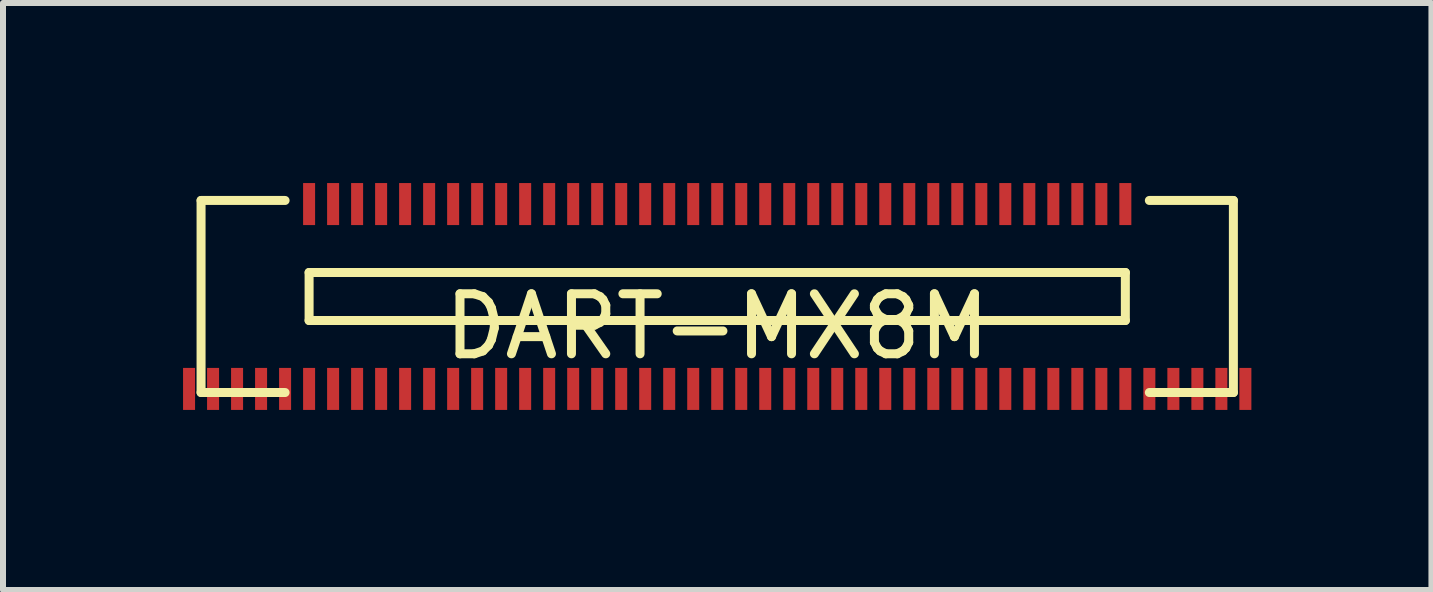
<source format=kicad_pcb>
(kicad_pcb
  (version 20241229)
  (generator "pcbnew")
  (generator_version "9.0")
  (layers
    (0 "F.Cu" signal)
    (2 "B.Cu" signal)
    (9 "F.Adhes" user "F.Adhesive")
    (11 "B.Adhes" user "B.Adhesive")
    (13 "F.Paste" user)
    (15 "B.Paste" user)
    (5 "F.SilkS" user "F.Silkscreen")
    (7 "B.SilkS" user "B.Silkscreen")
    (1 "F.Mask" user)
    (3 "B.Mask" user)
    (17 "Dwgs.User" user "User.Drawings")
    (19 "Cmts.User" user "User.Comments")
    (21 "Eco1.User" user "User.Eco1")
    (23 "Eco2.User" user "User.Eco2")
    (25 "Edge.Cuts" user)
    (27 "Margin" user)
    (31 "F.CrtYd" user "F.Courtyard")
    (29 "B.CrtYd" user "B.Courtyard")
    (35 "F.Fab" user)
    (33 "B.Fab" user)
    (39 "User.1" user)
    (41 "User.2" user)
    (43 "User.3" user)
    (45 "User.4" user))
  (footprint "DART-MX8M"
    (layer "F.Cu")
    (at 8.9 1.89)
    (property "Reference" "DART-MX8M" (at 0 0.5 0) (layer "F.SilkS") (effects (font (size 1 1) (thickness 0.15))))
    (attr through_hole)
    (fp_line (start -8.6 -1.6) (end -8.6 1.6) (stroke (width 0.15) (type solid)) (layer "F.SilkS"))
    (fp_line (start -8.6 1.6) (end -7.2 1.6) (stroke (width 0.15) (type solid)) (layer "F.SilkS"))
    (fp_line (start -7.2 -1.6) (end -8.6 -1.6) (stroke (width 0.15) (type solid)) (layer "F.SilkS"))
    (fp_line (start -6.8 -0.4) (end -6.8 0.4) (stroke (width 0.15) (type solid)) (layer "F.SilkS"))
    (fp_line (start -6.8 -0.4) (end 6.8 -0.4) (stroke (width 0.15) (type solid)) (layer "F.SilkS"))
    (fp_line (start 6.8 0.4) (end -6.8 0.4) (stroke (width 0.15) (type solid)) (layer "F.SilkS"))
    (fp_line (start 6.8 0.4) (end 6.8 -0.4) (stroke (width 0.15) (type solid)) (layer "F.SilkS"))
    (fp_line (start 7.2 -1.6) (end 8.6 -1.6) (stroke (width 0.15) (type solid)) (layer "F.SilkS"))
    (fp_line (start 8.6 -1.6) (end 8.6 1.6) (stroke (width 0.15) (type solid)) (layer "F.SilkS"))
    (fp_line (start 8.6 1.6) (end 7.2 1.6) (stroke (width 0.15) (type solid)) (layer "F.SilkS"))
    (pad "1" smd rect (at 8.8 1.54 180) (size 0.2 0.7) (layers "F.Cu" "F.Mask" "F.Paste"))
    (pad "2" smd rect (at 8.4 1.54 180) (size 0.2 0.7) (layers "F.Cu" "F.Mask" "F.Paste"))
    (pad "3" smd rect (at 8 1.54 180) (size 0.2 0.7) (layers "F.Cu" "F.Mask" "F.Paste"))
    (pad "4" smd rect (at 7.6 1.54 180) (size 0.2 0.7) (layers "F.Cu" "F.Mask" "F.Paste"))
    (pad "5" smd rect (at 7.2 1.54 180) (size 0.2 0.7) (layers "F.Cu" "F.Mask" "F.Paste"))
    (pad "6" smd rect (at 6.8 1.54 180) (size 0.2 0.7) (layers "F.Cu" "F.Mask" "F.Paste"))
    (pad "7" smd rect (at 6.4 1.54 180) (size 0.2 0.7) (layers "F.Cu" "F.Mask" "F.Paste"))
    (pad "8" smd rect (at 6 1.54 180) (size 0.2 0.7) (layers "F.Cu" "F.Mask" "F.Paste"))
    (pad "9" smd rect (at 5.6 1.54 180) (size 0.2 0.7) (layers "F.Cu" "F.Mask" "F.Paste"))
    (pad "10" smd rect (at 5.2 1.54 180) (size 0.2 0.7) (layers "F.Cu" "F.Mask" "F.Paste"))
    (pad "11" smd rect (at 4.8 1.54 180) (size 0.2 0.7) (layers "F.Cu" "F.Mask" "F.Paste"))
    (pad "12" smd rect (at 4.4 1.54 180) (size 0.2 0.7) (layers "F.Cu" "F.Mask" "F.Paste"))
    (pad "13" smd rect (at 4 1.54 180) (size 0.2 0.7) (layers "F.Cu" "F.Mask" "F.Paste"))
    (pad "14" smd rect (at 3.6 1.54 180) (size 0.2 0.7) (layers "F.Cu" "F.Mask" "F.Paste"))
    (pad "15" smd rect (at 3.2 1.54 180) (size 0.2 0.7) (layers "F.Cu" "F.Mask" "F.Paste"))
    (pad "16" smd rect (at 2.8 1.54 180) (size 0.2 0.7) (layers "F.Cu" "F.Mask" "F.Paste"))
    (pad "17" smd rect (at 2.4 1.54 180) (size 0.2 0.7) (layers "F.Cu" "F.Mask" "F.Paste"))
    (pad "18" smd rect (at 2 1.54 180) (size 0.2 0.7) (layers "F.Cu" "F.Mask" "F.Paste"))
    (pad "19" smd rect (at 1.6 1.54 180) (size 0.2 0.7) (layers "F.Cu" "F.Mask" "F.Paste"))
    (pad "20" smd rect (at 1.2 1.54 180) (size 0.2 0.7) (layers "F.Cu" "F.Mask" "F.Paste"))
    (pad "21" smd rect (at 0.8 1.54 180) (size 0.2 0.7) (layers "F.Cu" "F.Mask" "F.Paste"))
    (pad "22" smd rect (at 0.4 1.54 180) (size 0.2 0.7) (layers "F.Cu" "F.Mask" "F.Paste"))
    (pad "23" smd rect (at 0 1.54 180) (size 0.2 0.7) (layers "F.Cu" "F.Mask" "F.Paste"))
    (pad "24" smd rect (at -0.4 1.54 180) (size 0.2 0.7) (layers "F.Cu" "F.Mask" "F.Paste"))
    (pad "25" smd rect (at -0.8 1.54 180) (size 0.2 0.7) (layers "F.Cu" "F.Mask" "F.Paste"))
    (pad "26" smd rect (at -1.2 1.54 180) (size 0.2 0.7) (layers "F.Cu" "F.Mask" "F.Paste"))
    (pad "27" smd rect (at -1.6 1.54 180) (size 0.2 0.7) (layers "F.Cu" "F.Mask" "F.Paste"))
    (pad "28" smd rect (at -2 1.54 180) (size 0.2 0.7) (layers "F.Cu" "F.Mask" "F.Paste"))
    (pad "29" smd rect (at -2.4 1.54 180) (size 0.2 0.7) (layers "F.Cu" "F.Mask" "F.Paste"))
    (pad "30" smd rect (at -2.8 1.54 180) (size 0.2 0.7) (layers "F.Cu" "F.Mask" "F.Paste"))
    (pad "31" smd rect (at -3.2 1.54 180) (size 0.2 0.7) (layers "F.Cu" "F.Mask" "F.Paste"))
    (pad "32" smd rect (at -3.6 1.54 180) (size 0.2 0.7) (layers "F.Cu" "F.Mask" "F.Paste"))
    (pad "33" smd rect (at -4 1.54 180) (size 0.2 0.7) (layers "F.Cu" "F.Mask" "F.Paste"))
    (pad "34" smd rect (at -4.4 1.54 180) (size 0.2 0.7) (layers "F.Cu" "F.Mask" "F.Paste"))
    (pad "35" smd rect (at -4.8 1.54 180) (size 0.2 0.7) (layers "F.Cu" "F.Mask" "F.Paste"))
    (pad "36" smd rect (at -5.2 1.54 180) (size 0.2 0.7) (layers "F.Cu" "F.Mask" "F.Paste"))
    (pad "36" smd rect (at 6.8 -1.54) (size 0.2 0.7) (layers "F.Cu" "F.Mask" "F.Paste"))
    (pad "37" smd rect (at -5.6 1.54 180) (size 0.2 0.7) (layers "F.Cu" "F.Mask" "F.Paste"))
    (pad "37" smd rect (at 6.4 -1.54) (size 0.2 0.7) (layers "F.Cu" "F.Mask" "F.Paste"))
    (pad "38" smd rect (at -6 1.54 180) (size 0.2 0.7) (layers "F.Cu" "F.Mask" "F.Paste"))
    (pad "38" smd rect (at 6 -1.54) (size 0.2 0.7) (layers "F.Cu" "F.Mask" "F.Paste"))
    (pad "39" smd rect (at -6.4 1.54 180) (size 0.2 0.7) (layers "F.Cu" "F.Mask" "F.Paste"))
    (pad "39" smd rect (at 5.6 -1.54) (size 0.2 0.7) (layers "F.Cu" "F.Mask" "F.Paste"))
    (pad "40" smd rect (at -6.8 1.54 180) (size 0.2 0.7) (layers "F.Cu" "F.Mask" "F.Paste"))
    (pad "40" smd rect (at 5.2 -1.54) (size 0.2 0.7) (layers "F.Cu" "F.Mask" "F.Paste"))
    (pad "41" smd rect (at -7.2 1.54 180) (size 0.2 0.7) (layers "F.Cu" "F.Mask" "F.Paste"))
    (pad "41" smd rect (at 4.8 -1.54) (size 0.2 0.7) (layers "F.Cu" "F.Mask" "F.Paste"))
    (pad "42" smd rect (at -7.6 1.54 180) (size 0.2 0.7) (layers "F.Cu" "F.Mask" "F.Paste"))
    (pad "42" smd rect (at 4.4 -1.54) (size 0.2 0.7) (layers "F.Cu" "F.Mask" "F.Paste"))
    (pad "43" smd rect (at -8 1.54 180) (size 0.2 0.7) (layers "F.Cu" "F.Mask" "F.Paste"))
    (pad "43" smd rect (at 4 -1.54) (size 0.2 0.7) (layers "F.Cu" "F.Mask" "F.Paste"))
    (pad "44" smd rect (at -8.4 1.54 180) (size 0.2 0.7) (layers "F.Cu" "F.Mask" "F.Paste"))
    (pad "44" smd rect (at 3.6 -1.54) (size 0.2 0.7) (layers "F.Cu" "F.Mask" "F.Paste"))
    (pad "45" smd rect (at -8.8 1.54 180) (size 0.2 0.7) (layers "F.Cu" "F.Mask" "F.Paste"))
    (pad "45" smd rect (at 3.2 -1.54) (size 0.2 0.7) (layers "F.Cu" "F.Mask" "F.Paste"))
    (pad "46" smd rect (at 2.8 -1.54) (size 0.2 0.7) (layers "F.Cu" "F.Mask" "F.Paste"))
    (pad "47" smd rect (at 2.4 -1.54) (size 0.2 0.7) (layers "F.Cu" "F.Mask" "F.Paste"))
    (pad "48" smd rect (at 2 -1.54) (size 0.2 0.7) (layers "F.Cu" "F.Mask" "F.Paste"))
    (pad "49" smd rect (at 1.6 -1.54) (size 0.2 0.7) (layers "F.Cu" "F.Mask" "F.Paste"))
    (pad "50" smd rect (at 1.2 -1.54) (size 0.2 0.7) (layers "F.Cu" "F.Mask" "F.Paste"))
    (pad "51" smd rect (at 0.8 -1.54) (size 0.2 0.7) (layers "F.Cu" "F.Mask" "F.Paste"))
    (pad "52" smd rect (at 0.4 -1.54) (size 0.2 0.7) (layers "F.Cu" "F.Mask" "F.Paste"))
    (pad "53" smd rect (at 0 -1.54) (size 0.2 0.7) (layers "F.Cu" "F.Mask" "F.Paste"))
    (pad "54" smd rect (at -0.4 -1.54) (size 0.2 0.7) (layers "F.Cu" "F.Mask" "F.Paste"))
    (pad "55" smd rect (at -0.8 -1.54) (size 0.2 0.7) (layers "F.Cu" "F.Mask" "F.Paste"))
    (pad "56" smd rect (at -1.2 -1.54) (size 0.2 0.7) (layers "F.Cu" "F.Mask" "F.Paste"))
    (pad "57" smd rect (at -1.6 -1.54) (size 0.2 0.7) (layers "F.Cu" "F.Mask" "F.Paste"))
    (pad "58" smd rect (at -2 -1.54) (size 0.2 0.7) (layers "F.Cu" "F.Mask" "F.Paste"))
    (pad "59" smd rect (at -2.4 -1.54) (size 0.2 0.7) (layers "F.Cu" "F.Mask" "F.Paste"))
    (pad "60" smd rect (at -2.8 -1.54) (size 0.2 0.7) (layers "F.Cu" "F.Mask" "F.Paste"))
    (pad "61" smd rect (at -3.2 -1.54) (size 0.2 0.7) (layers "F.Cu" "F.Mask" "F.Paste"))
    (pad "62" smd rect (at -3.6 -1.54) (size 0.2 0.7) (layers "F.Cu" "F.Mask" "F.Paste"))
    (pad "63" smd rect (at -4 -1.54) (size 0.2 0.7) (layers "F.Cu" "F.Mask" "F.Paste"))
    (pad "64" smd rect (at -4.4 -1.54) (size 0.2 0.7) (layers "F.Cu" "F.Mask" "F.Paste"))
    (pad "65" smd rect (at -4.8 -1.54) (size 0.2 0.7) (layers "F.Cu" "F.Mask" "F.Paste"))
    (pad "66" smd rect (at -5.2 -1.54) (size 0.2 0.7) (layers "F.Cu" "F.Mask" "F.Paste"))
    (pad "67" smd rect (at -5.6 -1.54) (size 0.2 0.7) (layers "F.Cu" "F.Mask" "F.Paste"))
    (pad "68" smd rect (at -6 -1.54) (size 0.2 0.7) (layers "F.Cu" "F.Mask" "F.Paste"))
    (pad "69" smd rect (at -6.4 -1.54) (size 0.2 0.7) (layers "F.Cu" "F.Mask" "F.Paste"))
    (pad "70" smd rect (at -6.8 -1.54) (size 0.2 0.7) (layers "F.Cu" "F.Mask" "F.Paste")))
  (gr_rect
    (start -3 -3)
    (end 20.8 6.78)
    (stroke (width 0.1) (type default))
    (fill no)
    (layer "Edge.Cuts")))
</source>
